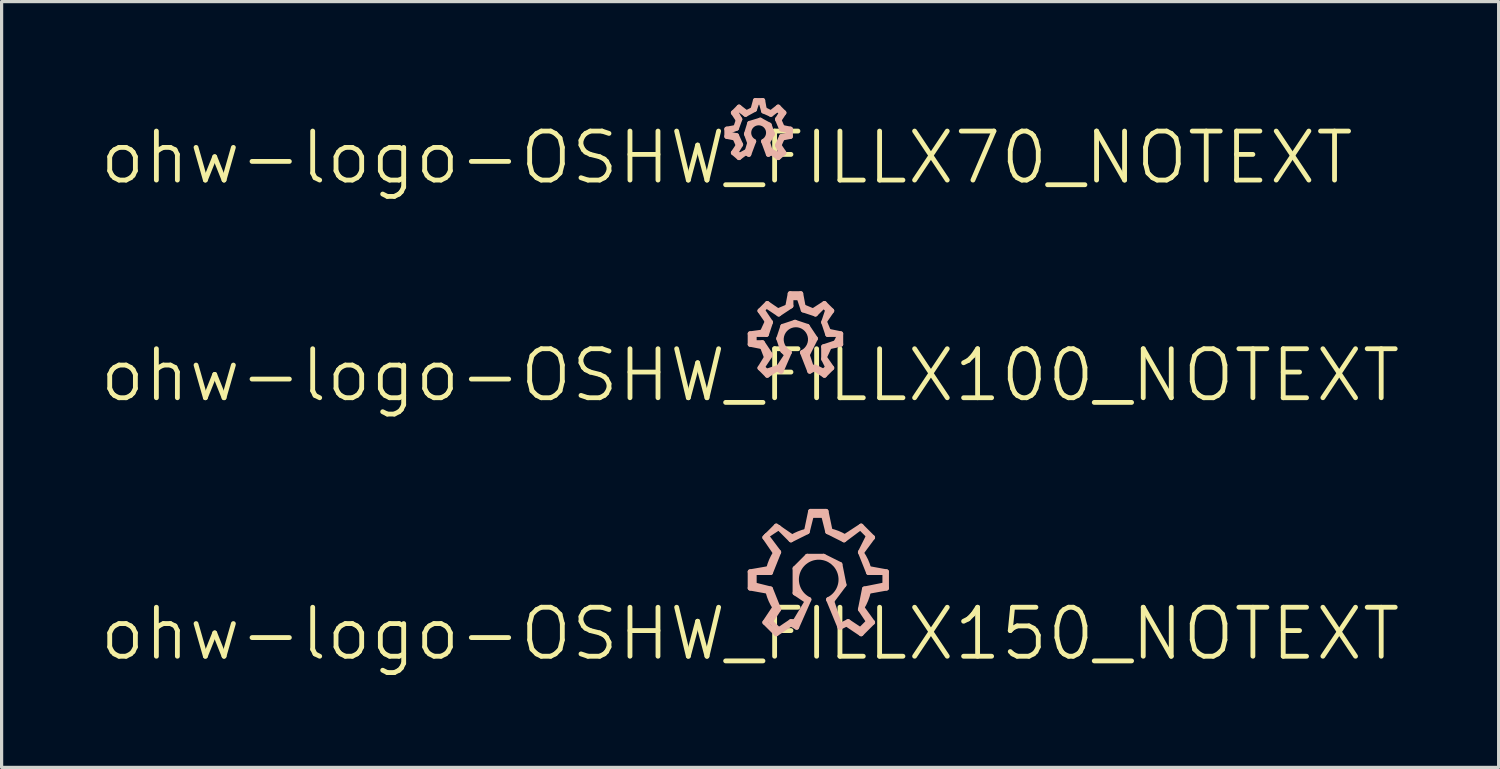
<source format=kicad_pcb>
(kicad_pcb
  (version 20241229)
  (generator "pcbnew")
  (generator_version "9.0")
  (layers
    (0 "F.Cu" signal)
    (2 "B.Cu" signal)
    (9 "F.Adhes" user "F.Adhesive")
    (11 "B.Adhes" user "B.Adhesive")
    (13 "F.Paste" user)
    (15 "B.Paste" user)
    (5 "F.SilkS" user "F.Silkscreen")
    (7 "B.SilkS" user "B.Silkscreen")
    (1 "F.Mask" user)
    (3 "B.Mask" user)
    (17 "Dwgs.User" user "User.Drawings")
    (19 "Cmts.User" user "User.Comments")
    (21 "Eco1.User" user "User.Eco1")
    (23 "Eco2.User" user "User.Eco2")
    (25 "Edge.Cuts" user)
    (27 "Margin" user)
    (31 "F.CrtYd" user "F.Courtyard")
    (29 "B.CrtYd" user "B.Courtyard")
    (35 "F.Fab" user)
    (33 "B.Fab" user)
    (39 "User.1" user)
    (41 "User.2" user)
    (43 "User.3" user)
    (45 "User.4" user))
  (footprint "ohw-logo-OSHW_FILLX70_NOTEXT"
    (layer "F.Cu")
    (at 19.558 1.854)
    (property "Reference" "ohw-logo-OSHW_FILLX70_NOTEXT" (at 0 0 0) (layer "F.SilkS") (effects (font (size 1.524 1.524) (thickness 0.15))))
    (attr exclude_from_pos_files exclude_from_bom)
    (fp_line (start 0 -0.889) (end 0.279 -0.94) (stroke (width 0.152) (type solid)) (layer "B.SilkS"))
    (fp_line (start 0 -0.66) (end 0 -0.889) (stroke (width 0.152) (type solid)) (layer "B.SilkS"))
    (fp_line (start 0.051 -0.813) (end 0.305 -0.914) (stroke (width 0.152) (type solid)) (layer "B.SilkS"))
    (fp_line (start 0.051 -0.737) (end 0.051 -0.813) (stroke (width 0.152) (type solid)) (layer "B.SilkS"))
    (fp_line (start 0.203 -1.397) (end 0.381 -1.575) (stroke (width 0.152) (type solid)) (layer "B.SilkS"))
    (fp_line (start 0.203 -0.152) (end 0.356 -0.381) (stroke (width 0.152) (type solid)) (layer "B.SilkS"))
    (fp_line (start 0.254 -0.61) (end 0 -0.66) (stroke (width 0.152) (type solid)) (layer "B.SilkS"))
    (fp_line (start 0.279 -1.422) (end 0.381 -1.499) (stroke (width 0.152) (type solid)) (layer "B.SilkS"))
    (fp_line (start 0.279 -0.94) (end 0.356 -1.168) (stroke (width 0.152) (type solid)) (layer "B.SilkS"))
    (fp_line (start 0.279 -0.152) (end 0.432 -0.406) (stroke (width 0.152) (type solid)) (layer "B.SilkS"))
    (fp_line (start 0.305 -0.914) (end 0.406 -1.194) (stroke (width 0.152) (type solid)) (layer "B.SilkS"))
    (fp_line (start 0.305 -0.686) (end 0.051 -0.737) (stroke (width 0.152) (type solid)) (layer "B.SilkS"))
    (fp_line (start 0.356 -1.168) (end 0.203 -1.397) (stroke (width 0.152) (type solid)) (layer "B.SilkS"))
    (fp_line (start 0.356 -0.381) (end 0.254 -0.61) (stroke (width 0.152) (type solid)) (layer "B.SilkS"))
    (fp_line (start 0.381 -1.575) (end 0.61 -1.397) (stroke (width 0.152) (type solid)) (layer "B.SilkS"))
    (fp_line (start 0.381 -1.499) (end 0.584 -1.346) (stroke (width 0.152) (type solid)) (layer "B.SilkS"))
    (fp_line (start 0.381 0) (end 0.203 -0.152) (stroke (width 0.152) (type solid)) (layer "B.SilkS"))
    (fp_line (start 0.406 -1.194) (end 0.279 -1.422) (stroke (width 0.152) (type solid)) (layer "B.SilkS"))
    (fp_line (start 0.406 -0.076) (end 0.279 -0.152) (stroke (width 0.152) (type solid)) (layer "B.SilkS"))
    (fp_line (start 0.432 -0.406) (end 0.305 -0.686) (stroke (width 0.152) (type solid)) (layer "B.SilkS"))
    (fp_line (start 0.584 -1.346) (end 0.864 -1.499) (stroke (width 0.152) (type solid)) (layer "B.SilkS"))
    (fp_line (start 0.584 -0.152) (end 0.381 0) (stroke (width 0.152) (type solid)) (layer "B.SilkS"))
    (fp_line (start 0.61 -1.397) (end 0.813 -1.499) (stroke (width 0.152) (type solid)) (layer "B.SilkS"))
    (fp_line (start 0.61 -0.737) (end 0.711 -0.457) (stroke (width 0.152) (type solid)) (layer "B.SilkS"))
    (fp_line (start 0.635 -0.203) (end 0.406 -0.076) (stroke (width 0.152) (type solid)) (layer "B.SilkS"))
    (fp_line (start 0.686 -0.102) (end 0.584 -0.152) (stroke (width 0.152) (type solid)) (layer "B.SilkS"))
    (fp_line (start 0.711 -1.067) (end 0.61 -0.737) (stroke (width 0.152) (type solid)) (layer "B.SilkS"))
    (fp_line (start 0.711 -0.457) (end 0.635 -0.203) (stroke (width 0.152) (type solid)) (layer "B.SilkS"))
    (fp_line (start 0.813 -1.499) (end 0.889 -1.778) (stroke (width 0.152) (type solid)) (layer "B.SilkS"))
    (fp_line (start 0.838 -0.508) (end 0.686 -0.102) (stroke (width 0.152) (type solid)) (layer "B.SilkS"))
    (fp_line (start 0.864 -1.499) (end 0.94 -1.727) (stroke (width 0.152) (type solid)) (layer "B.SilkS"))
    (fp_line (start 0.889 -1.778) (end 1.118 -1.778) (stroke (width 0.152) (type solid)) (layer "B.SilkS"))
    (fp_line (start 0.94 -1.727) (end 1.067 -1.727) (stroke (width 0.152) (type solid)) (layer "B.SilkS"))
    (fp_line (start 1.041 -1.168) (end 0.711 -1.067) (stroke (width 0.152) (type solid)) (layer "B.SilkS"))
    (fp_line (start 1.067 -1.727) (end 1.143 -1.448) (stroke (width 0.152) (type solid)) (layer "B.SilkS"))
    (fp_line (start 1.118 -1.778) (end 1.168 -1.499) (stroke (width 0.152) (type solid)) (layer "B.SilkS"))
    (fp_line (start 1.143 -1.448) (end 1.372 -1.346) (stroke (width 0.152) (type solid)) (layer "B.SilkS"))
    (fp_line (start 1.168 -1.499) (end 1.372 -1.397) (stroke (width 0.152) (type solid)) (layer "B.SilkS"))
    (fp_line (start 1.27 -0.483) (end 1.422 -0.737) (stroke (width 0.152) (type solid)) (layer "B.SilkS"))
    (fp_line (start 1.293 -0.102) (end 1.143 -0.508) (stroke (width 0.152) (type solid)) (layer "B.SilkS"))
    (fp_line (start 1.321 -1.016) (end 1.041 -1.168) (stroke (width 0.152) (type solid)) (layer "B.SilkS"))
    (fp_line (start 1.346 -0.229) (end 1.27 -0.483) (stroke (width 0.152) (type solid)) (layer "B.SilkS"))
    (fp_line (start 1.372 -1.397) (end 1.6 -1.575) (stroke (width 0.152) (type solid)) (layer "B.SilkS"))
    (fp_line (start 1.372 -1.346) (end 1.575 -1.499) (stroke (width 0.152) (type solid)) (layer "B.SilkS"))
    (fp_line (start 1.397 -0.152) (end 1.293 -0.102) (stroke (width 0.152) (type solid)) (layer "B.SilkS"))
    (fp_line (start 1.422 -0.737) (end 1.321 -1.016) (stroke (width 0.152) (type solid)) (layer "B.SilkS"))
    (fp_line (start 1.575 -1.499) (end 1.702 -1.397) (stroke (width 0.152) (type solid)) (layer "B.SilkS"))
    (fp_line (start 1.575 -1.194) (end 1.702 -0.889) (stroke (width 0.152) (type solid)) (layer "B.SilkS"))
    (fp_line (start 1.575 -0.381) (end 1.676 -0.178) (stroke (width 0.152) (type solid)) (layer "B.SilkS"))
    (fp_line (start 1.575 -0.102) (end 1.346 -0.229) (stroke (width 0.152) (type solid)) (layer "B.SilkS"))
    (fp_line (start 1.6 -1.575) (end 1.778 -1.397) (stroke (width 0.152) (type solid)) (layer "B.SilkS"))
    (fp_line (start 1.6 0) (end 1.397 -0.152) (stroke (width 0.152) (type solid)) (layer "B.SilkS"))
    (fp_line (start 1.626 -1.168) (end 1.727 -0.94) (stroke (width 0.152) (type solid)) (layer "B.SilkS"))
    (fp_line (start 1.626 -0.381) (end 1.778 -0.152) (stroke (width 0.152) (type solid)) (layer "B.SilkS"))
    (fp_line (start 1.676 -0.178) (end 1.575 -0.102) (stroke (width 0.152) (type solid)) (layer "B.SilkS"))
    (fp_line (start 1.702 -1.397) (end 1.575 -1.194) (stroke (width 0.152) (type solid)) (layer "B.SilkS"))
    (fp_line (start 1.702 -0.889) (end 1.905 -0.838) (stroke (width 0.152) (type solid)) (layer "B.SilkS"))
    (fp_line (start 1.702 -0.66) (end 1.575 -0.381) (stroke (width 0.152) (type solid)) (layer "B.SilkS"))
    (fp_line (start 1.727 -0.94) (end 1.981 -0.889) (stroke (width 0.152) (type solid)) (layer "B.SilkS"))
    (fp_line (start 1.727 -0.61) (end 1.626 -0.381) (stroke (width 0.152) (type solid)) (layer "B.SilkS"))
    (fp_line (start 1.778 -1.397) (end 1.626 -1.168) (stroke (width 0.152) (type solid)) (layer "B.SilkS"))
    (fp_line (start 1.778 -0.152) (end 1.6 0) (stroke (width 0.152) (type solid)) (layer "B.SilkS"))
    (fp_line (start 1.905 -0.838) (end 1.93 -0.711) (stroke (width 0.152) (type solid)) (layer "B.SilkS"))
    (fp_line (start 1.93 -0.711) (end 1.702 -0.66) (stroke (width 0.152) (type solid)) (layer "B.SilkS"))
    (fp_line (start 1.981 -0.889) (end 1.981 -0.66) (stroke (width 0.152) (type solid)) (layer "B.SilkS"))
    (fp_line (start 1.981 -0.66) (end 1.727 -0.61) (stroke (width 0.152) (type solid)) (layer "B.SilkS"))
    (fp_arc (start 0.8382 -0.508) (mid 0.990572 -1.081872) (end 1.143048 -0.508027) (stroke (width 0.1524) (type solid)) (layer "B.SilkS")))
  (footprint "ohw-logo-OSHW_FILLX150_NOTEXT"
    (layer "F.Cu")
    (at 20.284 16.666)
    (property "Reference" "ohw-logo-OSHW_FILLX150_NOTEXT" (at 0 0 0) (layer "F.SilkS") (effects (font (size 1.524 1.524) (thickness 0.15))))
    (attr exclude_from_pos_files exclude_from_bom)
    (fp_line (start 0 -1.93) (end 0.584 -2.032) (stroke (width 0.152) (type solid)) (layer "B.SilkS"))
    (fp_line (start 0 -1.422) (end 0 -1.93) (stroke (width 0.152) (type solid)) (layer "B.SilkS"))
    (fp_line (start 0.127 -1.905) (end 0.635 -1.905) (stroke (width 0.152) (type solid)) (layer "B.SilkS"))
    (fp_line (start 0.127 -1.524) (end 0.127 -1.905) (stroke (width 0.152) (type solid)) (layer "B.SilkS"))
    (fp_line (start 0.457 -2.997) (end 0.813 -3.353) (stroke (width 0.152) (type solid)) (layer "B.SilkS"))
    (fp_line (start 0.457 -0.356) (end 0.762 -0.813) (stroke (width 0.152) (type solid)) (layer "B.SilkS"))
    (fp_line (start 0.508 -3.048) (end 0.889 -3.302) (stroke (width 0.152) (type solid)) (layer "B.SilkS"))
    (fp_line (start 0.559 -1.321) (end 0 -1.422) (stroke (width 0.152) (type solid)) (layer "B.SilkS"))
    (fp_line (start 0.635 -1.905) (end 0.889 -2.54) (stroke (width 0.152) (type solid)) (layer "B.SilkS"))
    (fp_line (start 0.635 -1.397) (end 0.127 -1.524) (stroke (width 0.152) (type solid)) (layer "B.SilkS"))
    (fp_line (start 0.635 -0.381) (end 0.889 -0.762) (stroke (width 0.152) (type solid)) (layer "B.SilkS"))
    (fp_line (start 0.787 -2.515) (end 0.457 -2.997) (stroke (width 0.152) (type solid)) (layer "B.SilkS"))
    (fp_line (start 0.813 -3.353) (end 1.293 -3.023) (stroke (width 0.152) (type solid)) (layer "B.SilkS"))
    (fp_line (start 0.813 0) (end 0.457 -0.356) (stroke (width 0.152) (type solid)) (layer "B.SilkS"))
    (fp_line (start 0.889 -3.302) (end 1.27 -2.921) (stroke (width 0.152) (type solid)) (layer "B.SilkS"))
    (fp_line (start 0.889 -2.54) (end 0.508 -3.048) (stroke (width 0.152) (type solid)) (layer "B.SilkS"))
    (fp_line (start 0.889 -0.762) (end 0.635 -1.397) (stroke (width 0.152) (type solid)) (layer "B.SilkS"))
    (fp_line (start 0.889 -0.127) (end 0.635 -0.381) (stroke (width 0.152) (type solid)) (layer "B.SilkS"))
    (fp_line (start 1.27 -2.921) (end 1.778 -3.175) (stroke (width 0.152) (type solid)) (layer "B.SilkS"))
    (fp_line (start 1.27 -0.381) (end 0.889 -0.127) (stroke (width 0.152) (type solid)) (layer "B.SilkS"))
    (fp_line (start 1.27 -0.305) (end 0.813 0) (stroke (width 0.152) (type solid)) (layer "B.SilkS"))
    (fp_line (start 1.397 -2.032) (end 1.397 -1.27) (stroke (width 0.152) (type solid)) (layer "B.SilkS"))
    (fp_line (start 1.397 -1.27) (end 1.778 -1.016) (stroke (width 0.152) (type solid)) (layer "B.SilkS"))
    (fp_line (start 1.397 -0.381) (end 1.27 -0.381) (stroke (width 0.152) (type solid)) (layer "B.SilkS"))
    (fp_line (start 1.448 -0.203) (end 1.27 -0.305) (stroke (width 0.152) (type solid)) (layer "B.SilkS"))
    (fp_line (start 1.753 -3.2) (end 1.88 -3.81) (stroke (width 0.152) (type solid)) (layer "B.SilkS"))
    (fp_line (start 1.778 -3.175) (end 1.905 -3.683) (stroke (width 0.152) (type solid)) (layer "B.SilkS"))
    (fp_line (start 1.778 -2.413) (end 1.397 -2.032) (stroke (width 0.152) (type solid)) (layer "B.SilkS"))
    (fp_line (start 1.778 -1.016) (end 1.397 -0.381) (stroke (width 0.152) (type solid)) (layer "B.SilkS"))
    (fp_line (start 1.829 -1.067) (end 1.448 -0.203) (stroke (width 0.152) (type solid)) (layer "B.SilkS"))
    (fp_line (start 1.88 -3.81) (end 2.362 -3.81) (stroke (width 0.152) (type solid)) (layer "B.SilkS"))
    (fp_line (start 1.905 -3.683) (end 2.286 -3.683) (stroke (width 0.152) (type solid)) (layer "B.SilkS"))
    (fp_line (start 2.286 -3.683) (end 2.413 -3.175) (stroke (width 0.152) (type solid)) (layer "B.SilkS"))
    (fp_line (start 2.286 -2.413) (end 1.778 -2.413) (stroke (width 0.152) (type solid)) (layer "B.SilkS"))
    (fp_line (start 2.362 -3.81) (end 2.489 -3.2) (stroke (width 0.152) (type solid)) (layer "B.SilkS"))
    (fp_line (start 2.413 -3.175) (end 2.921 -2.921) (stroke (width 0.152) (type solid)) (layer "B.SilkS"))
    (fp_line (start 2.54 -1.016) (end 2.921 -1.524) (stroke (width 0.152) (type solid)) (layer "B.SilkS"))
    (fp_line (start 2.794 -2.159) (end 2.286 -2.413) (stroke (width 0.152) (type solid)) (layer "B.SilkS"))
    (fp_line (start 2.794 -0.254) (end 2.54 -1.016) (stroke (width 0.152) (type solid)) (layer "B.SilkS"))
    (fp_line (start 2.794 -0.203) (end 2.438 -1.067) (stroke (width 0.152) (type solid)) (layer "B.SilkS"))
    (fp_line (start 2.921 -2.921) (end 3.429 -3.302) (stroke (width 0.152) (type solid)) (layer "B.SilkS"))
    (fp_line (start 2.921 -1.524) (end 2.794 -2.159) (stroke (width 0.152) (type solid)) (layer "B.SilkS"))
    (fp_line (start 2.946 -3.023) (end 3.454 -3.353) (stroke (width 0.152) (type solid)) (layer "B.SilkS"))
    (fp_line (start 2.997 -0.305) (end 2.794 -0.203) (stroke (width 0.152) (type solid)) (layer "B.SilkS"))
    (fp_line (start 3.048 -0.381) (end 2.794 -0.254) (stroke (width 0.152) (type solid)) (layer "B.SilkS"))
    (fp_line (start 3.429 -3.302) (end 3.683 -3.048) (stroke (width 0.152) (type solid)) (layer "B.SilkS"))
    (fp_line (start 3.429 -2.54) (end 3.683 -1.905) (stroke (width 0.152) (type solid)) (layer "B.SilkS"))
    (fp_line (start 3.429 -0.762) (end 3.683 -0.381) (stroke (width 0.152) (type solid)) (layer "B.SilkS"))
    (fp_line (start 3.429 -0.127) (end 3.048 -0.381) (stroke (width 0.152) (type solid)) (layer "B.SilkS"))
    (fp_line (start 3.454 -3.353) (end 3.81 -2.997) (stroke (width 0.152) (type solid)) (layer "B.SilkS"))
    (fp_line (start 3.454 0) (end 2.997 -0.305) (stroke (width 0.152) (type solid)) (layer "B.SilkS"))
    (fp_line (start 3.48 -0.813) (end 3.81 -0.356) (stroke (width 0.152) (type solid)) (layer "B.SilkS"))
    (fp_line (start 3.556 -1.397) (end 3.429 -0.762) (stroke (width 0.152) (type solid)) (layer "B.SilkS"))
    (fp_line (start 3.683 -3.048) (end 3.429 -2.54) (stroke (width 0.152) (type solid)) (layer "B.SilkS"))
    (fp_line (start 3.683 -2.032) (end 4.242 -1.93) (stroke (width 0.152) (type solid)) (layer "B.SilkS"))
    (fp_line (start 3.683 -1.905) (end 4.191 -1.905) (stroke (width 0.152) (type solid)) (layer "B.SilkS"))
    (fp_line (start 3.683 -0.381) (end 3.429 -0.127) (stroke (width 0.152) (type solid)) (layer "B.SilkS"))
    (fp_line (start 3.81 -2.997) (end 3.454 -2.515) (stroke (width 0.152) (type solid)) (layer "B.SilkS"))
    (fp_line (start 3.81 -0.356) (end 3.454 0) (stroke (width 0.152) (type solid)) (layer "B.SilkS"))
    (fp_line (start 4.191 -1.905) (end 4.191 -1.524) (stroke (width 0.152) (type solid)) (layer "B.SilkS"))
    (fp_line (start 4.191 -1.524) (end 3.556 -1.397) (stroke (width 0.152) (type solid)) (layer "B.SilkS"))
    (fp_line (start 4.242 -1.93) (end 4.242 -1.422) (stroke (width 0.152) (type solid)) (layer "B.SilkS"))
    (fp_line (start 4.242 -1.422) (end 3.683 -1.321) (stroke (width 0.152) (type solid)) (layer "B.SilkS"))
    (fp_arc (start 0.57912 -2.03708) (mid 0.662808 -2.283227) (end 0.785375 -2.512508) (stroke (width 0.1524) (type solid)) (layer "B.SilkS"))
    (fp_arc (start 0.76708 -0.82296) (mid 0.647979 -1.041429) (end 0.565134 -1.276058) (stroke (width 0.1524) (type solid)) (layer "B.SilkS"))
    (fp_arc (start 1.30048 -3.0099) (mid 1.517433 -3.117671) (end 1.748256 -3.191185) (stroke (width 0.1524) (type solid)) (layer "B.SilkS"))
    (fp_arc (start 1.8288 -1.0668) (mid 2.133545 -2.382036) (end 2.438499 -1.066849) (stroke (width 0.1524) (type solid)) (layer "B.SilkS"))
    (fp_arc (start 2.4892 -3.20294) (mid 2.722588 -3.130236) (end 2.942011 -3.022492) (stroke (width 0.1524) (type solid)) (layer "B.SilkS"))
    (fp_arc (start 3.4671 -2.50952) (mid 3.597605 -2.281592) (end 3.687195 -2.034698) (stroke (width 0.1524) (type solid)) (layer "B.SilkS"))
    (fp_arc (start 3.68046 -1.3208) (mid 3.601058 -1.059744) (end 3.478168 -0.816119) (stroke (width 0.1524) (type solid)) (layer "B.SilkS")))
  (footprint "ohw-logo-OSHW_FILLX100_NOTEXT"
    (layer "F.Cu")
    (at 20.284 8.625)
    (property "Reference" "ohw-logo-OSHW_FILLX100_NOTEXT" (at 0 0 0) (layer "F.SilkS") (effects (font (size 1.524 1.524) (thickness 0.15))))
    (attr exclude_from_pos_files exclude_from_bom)
    (fp_line (start 0 -1.293) (end 0.381 -1.346) (stroke (width 0.152) (type solid)) (layer "B.SilkS"))
    (fp_line (start 0 -0.965) (end 0 -1.293) (stroke (width 0.152) (type solid)) (layer "B.SilkS"))
    (fp_line (start 0.127 -1.27) (end 0.508 -1.27) (stroke (width 0.152) (type solid)) (layer "B.SilkS"))
    (fp_line (start 0.127 -1.016) (end 0.127 -1.27) (stroke (width 0.152) (type solid)) (layer "B.SilkS"))
    (fp_line (start 0.305 -2.007) (end 0.533 -2.235) (stroke (width 0.152) (type solid)) (layer "B.SilkS"))
    (fp_line (start 0.305 -0.229) (end 0.508 -0.559) (stroke (width 0.152) (type solid)) (layer "B.SilkS"))
    (fp_line (start 0.381 -2.032) (end 0.508 -2.159) (stroke (width 0.152) (type solid)) (layer "B.SilkS"))
    (fp_line (start 0.381 -1.346) (end 0.533 -1.676) (stroke (width 0.152) (type solid)) (layer "B.SilkS"))
    (fp_line (start 0.381 -1.016) (end 0.127 -1.016) (stroke (width 0.152) (type solid)) (layer "B.SilkS"))
    (fp_line (start 0.381 -0.889) (end 0 -0.965) (stroke (width 0.152) (type solid)) (layer "B.SilkS"))
    (fp_line (start 0.381 -0.254) (end 0.635 -0.635) (stroke (width 0.152) (type solid)) (layer "B.SilkS"))
    (fp_line (start 0.508 -2.159) (end 0.889 -1.905) (stroke (width 0.152) (type solid)) (layer "B.SilkS"))
    (fp_line (start 0.508 -1.27) (end 0.635 -1.651) (stroke (width 0.152) (type solid)) (layer "B.SilkS"))
    (fp_line (start 0.508 -0.559) (end 0.381 -0.889) (stroke (width 0.152) (type solid)) (layer "B.SilkS"))
    (fp_line (start 0.508 -0.127) (end 0.381 -0.254) (stroke (width 0.152) (type solid)) (layer "B.SilkS"))
    (fp_line (start 0.533 -2.235) (end 0.864 -2.007) (stroke (width 0.152) (type solid)) (layer "B.SilkS"))
    (fp_line (start 0.533 -1.676) (end 0.305 -2.007) (stroke (width 0.152) (type solid)) (layer "B.SilkS"))
    (fp_line (start 0.533 0) (end 0.305 -0.229) (stroke (width 0.152) (type solid)) (layer "B.SilkS"))
    (fp_line (start 0.635 -1.651) (end 0.381 -2.032) (stroke (width 0.152) (type solid)) (layer "B.SilkS"))
    (fp_line (start 0.635 -0.635) (end 0.381 -1.016) (stroke (width 0.152) (type solid)) (layer "B.SilkS"))
    (fp_line (start 0.838 -0.203) (end 0.533 0) (stroke (width 0.152) (type solid)) (layer "B.SilkS"))
    (fp_line (start 0.864 -2.007) (end 1.168 -2.134) (stroke (width 0.152) (type solid)) (layer "B.SilkS"))
    (fp_line (start 0.889 -1.905) (end 1.27 -2.159) (stroke (width 0.152) (type solid)) (layer "B.SilkS"))
    (fp_line (start 0.889 -1.143) (end 1.016 -0.762) (stroke (width 0.152) (type solid)) (layer "B.SilkS"))
    (fp_line (start 0.889 -0.254) (end 0.508 -0.127) (stroke (width 0.152) (type solid)) (layer "B.SilkS"))
    (fp_line (start 0.965 -0.127) (end 0.838 -0.203) (stroke (width 0.152) (type solid)) (layer "B.SilkS"))
    (fp_line (start 1.016 -1.524) (end 0.889 -1.143) (stroke (width 0.152) (type solid)) (layer "B.SilkS"))
    (fp_line (start 1.016 -0.762) (end 1.143 -0.635) (stroke (width 0.152) (type solid)) (layer "B.SilkS"))
    (fp_line (start 1.143 -0.635) (end 0.889 -0.254) (stroke (width 0.152) (type solid)) (layer "B.SilkS"))
    (fp_line (start 1.168 -2.134) (end 1.245 -2.54) (stroke (width 0.152) (type solid)) (layer "B.SilkS"))
    (fp_line (start 1.219 -0.711) (end 0.965 -0.127) (stroke (width 0.152) (type solid)) (layer "B.SilkS"))
    (fp_line (start 1.245 -2.54) (end 1.575 -2.54) (stroke (width 0.152) (type solid)) (layer "B.SilkS"))
    (fp_line (start 1.27 -2.413) (end 1.524 -2.413) (stroke (width 0.152) (type solid)) (layer "B.SilkS"))
    (fp_line (start 1.27 -2.159) (end 1.27 -2.413) (stroke (width 0.152) (type solid)) (layer "B.SilkS"))
    (fp_line (start 1.397 -1.651) (end 1.016 -1.524) (stroke (width 0.152) (type solid)) (layer "B.SilkS"))
    (fp_line (start 1.524 -2.413) (end 1.651 -2.032) (stroke (width 0.152) (type solid)) (layer "B.SilkS"))
    (fp_line (start 1.575 -2.54) (end 1.651 -2.134) (stroke (width 0.152) (type solid)) (layer "B.SilkS"))
    (fp_line (start 1.651 -2.134) (end 1.956 -2.007) (stroke (width 0.152) (type solid)) (layer "B.SilkS"))
    (fp_line (start 1.651 -2.032) (end 2.032 -1.905) (stroke (width 0.152) (type solid)) (layer "B.SilkS"))
    (fp_line (start 1.778 -1.524) (end 1.397 -1.651) (stroke (width 0.152) (type solid)) (layer "B.SilkS"))
    (fp_line (start 1.778 -0.635) (end 2.032 -1.143) (stroke (width 0.152) (type solid)) (layer "B.SilkS"))
    (fp_line (start 1.854 -0.127) (end 1.626 -0.711) (stroke (width 0.152) (type solid)) (layer "B.SilkS"))
    (fp_line (start 1.905 -0.254) (end 1.778 -0.635) (stroke (width 0.152) (type solid)) (layer "B.SilkS"))
    (fp_line (start 1.956 -2.007) (end 2.311 -2.235) (stroke (width 0.152) (type solid)) (layer "B.SilkS"))
    (fp_line (start 2.007 -0.203) (end 1.854 -0.127) (stroke (width 0.152) (type solid)) (layer "B.SilkS"))
    (fp_line (start 2.032 -1.905) (end 2.286 -2.159) (stroke (width 0.152) (type solid)) (layer "B.SilkS"))
    (fp_line (start 2.032 -1.143) (end 1.778 -1.524) (stroke (width 0.152) (type solid)) (layer "B.SilkS"))
    (fp_line (start 2.032 -0.254) (end 1.905 -0.254) (stroke (width 0.152) (type solid)) (layer "B.SilkS"))
    (fp_line (start 2.286 -2.159) (end 2.413 -2.032) (stroke (width 0.152) (type solid)) (layer "B.SilkS"))
    (fp_line (start 2.286 -1.651) (end 2.413 -1.27) (stroke (width 0.152) (type solid)) (layer "B.SilkS"))
    (fp_line (start 2.286 -0.889) (end 2.286 -0.508) (stroke (width 0.152) (type solid)) (layer "B.SilkS"))
    (fp_line (start 2.286 -0.508) (end 2.413 -0.254) (stroke (width 0.152) (type solid)) (layer "B.SilkS"))
    (fp_line (start 2.286 -0.127) (end 2.032 -0.254) (stroke (width 0.152) (type solid)) (layer "B.SilkS"))
    (fp_line (start 2.311 -2.235) (end 2.54 -2.007) (stroke (width 0.152) (type solid)) (layer "B.SilkS"))
    (fp_line (start 2.311 -1.676) (end 2.438 -1.372) (stroke (width 0.152) (type solid)) (layer "B.SilkS"))
    (fp_line (start 2.311 -0.559) (end 2.54 -0.229) (stroke (width 0.152) (type solid)) (layer "B.SilkS"))
    (fp_line (start 2.311 0) (end 2.007 -0.203) (stroke (width 0.152) (type solid)) (layer "B.SilkS"))
    (fp_line (start 2.413 -2.032) (end 2.286 -1.651) (stroke (width 0.152) (type solid)) (layer "B.SilkS"))
    (fp_line (start 2.413 -1.27) (end 2.794 -1.27) (stroke (width 0.152) (type solid)) (layer "B.SilkS"))
    (fp_line (start 2.413 -0.254) (end 2.286 -0.127) (stroke (width 0.152) (type solid)) (layer "B.SilkS"))
    (fp_line (start 2.438 -1.372) (end 2.819 -1.293) (stroke (width 0.152) (type solid)) (layer "B.SilkS"))
    (fp_line (start 2.464 -0.889) (end 2.311 -0.559) (stroke (width 0.152) (type solid)) (layer "B.SilkS"))
    (fp_line (start 2.54 -2.007) (end 2.311 -1.676) (stroke (width 0.152) (type solid)) (layer "B.SilkS"))
    (fp_line (start 2.54 -0.229) (end 2.311 0) (stroke (width 0.152) (type solid)) (layer "B.SilkS"))
    (fp_line (start 2.667 -1.016) (end 2.286 -0.889) (stroke (width 0.152) (type solid)) (layer "B.SilkS"))
    (fp_line (start 2.794 -1.27) (end 2.667 -1.016) (stroke (width 0.152) (type solid)) (layer "B.SilkS"))
    (fp_line (start 2.819 -1.293) (end 2.819 -0.965) (stroke (width 0.152) (type solid)) (layer "B.SilkS"))
    (fp_line (start 2.819 -0.965) (end 2.464 -0.889) (stroke (width 0.152) (type solid)) (layer "B.SilkS"))
    (fp_arc (start 1.2192 -0.7112) (mid 1.422123 -1.571969) (end 1.626096 -0.711448) (stroke (width 0.1524) (type solid)) (layer "B.SilkS")))
  (gr_rect
    (start -3 -3)
    (end 43.567 20.821)
    (stroke (width 0.1) (type default))
    (fill no)
    (layer "Edge.Cuts")))
</source>
